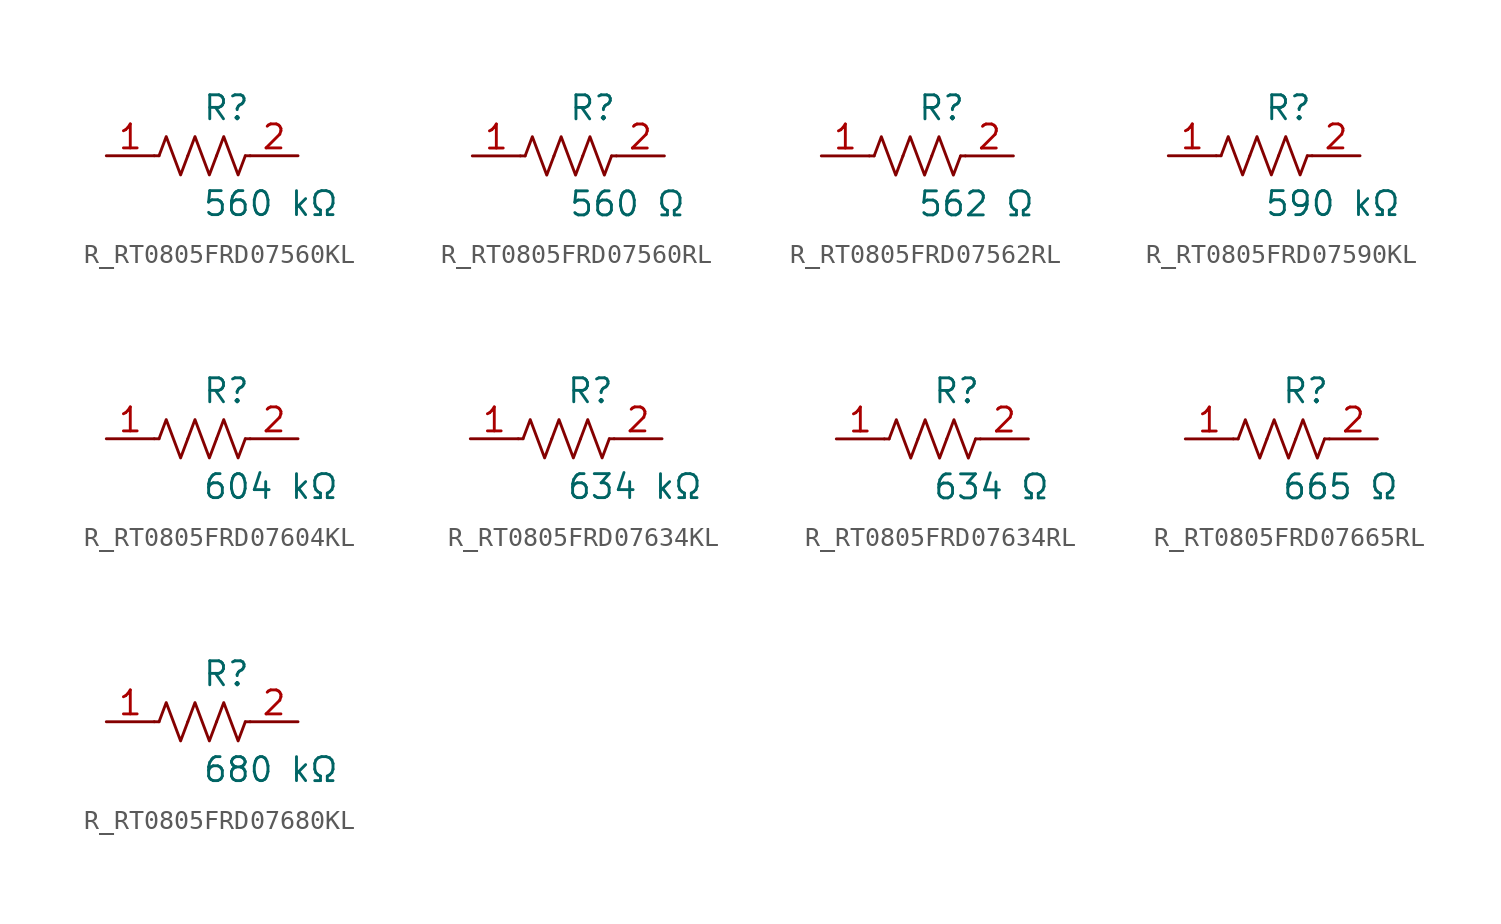
<source format=kicad_sym>
(kicad_symbol_lib
  (version 20231120)
  (generator kicad_symbol_editor)
  (generator_version 8.0)
  (symbol "R_RT0805FRD07560KL"
    (pin_names
      (offset 0.254))
    (property "Reference" "R"
      (at 0 2.54 0)
      (effects (font (size 1.27 1.27)) (justify left)))
    (property "Value" "560 kΩ"
      (at 0 -2.54 0)
      (effects (font (size 1.27 1.27)) (justify left)))
    (symbol "R_RT0805FRD07560KL_0_1"
      (polyline (pts (xy 2.286 0) (xy 2.54 0)) (stroke (width 0) (type default)) (fill (type none)))
      (polyline (pts (xy -2.286 0) (xy -2.54 0)) (stroke (width 0) (type default)) (fill (type none)))
      (polyline (pts (xy 0.762 0) (xy 1.143 1.016) (xy 1.524 0) (xy 1.905 -1.016) (xy 2.286 0)) (stroke (width 0) (type default)) (fill (type none)))
      (polyline (pts (xy -0.762 0) (xy -0.381 1.016) (xy 0 0) (xy 0.381 -1.016) (xy 0.762 0)) (stroke (width 0) (type default)) (fill (type none)))
      (polyline (pts (xy -2.286 0) (xy -1.905 1.016) (xy -1.524 0) (xy -1.143 -1.016) (xy -0.762 0)) (stroke (width 0) (type default)) (fill (type none))))
    (pin unspecified line
      (at -5.08 0 0)
      (length 2.54)
      (name "" (effects (font (size 1.27 1.27))))
      (number "1" (effects (font (size 1.27 1.27)))))
    (pin unspecified line
      (at 5.08 0 180)
      (length 2.54)
      (name "" (effects (font (size 1.27 1.27))))
      (number "2" (effects (font (size 1.27 1.27))))))
  (symbol "R_RT0805FRD07560RL"
    (pin_names
      (offset 0.254))
    (property "Reference" "R"
      (at 0 2.54 0)
      (effects (font (size 1.27 1.27)) (justify left)))
    (property "Value" "560 Ω"
      (at 0 -2.54 0)
      (effects (font (size 1.27 1.27)) (justify left)))
    (symbol "R_RT0805FRD07560RL_0_1"
      (polyline (pts (xy 2.286 0) (xy 2.54 0)) (stroke (width 0) (type default)) (fill (type none)))
      (polyline (pts (xy -2.286 0) (xy -2.54 0)) (stroke (width 0) (type default)) (fill (type none)))
      (polyline (pts (xy 0.762 0) (xy 1.143 1.016) (xy 1.524 0) (xy 1.905 -1.016) (xy 2.286 0)) (stroke (width 0) (type default)) (fill (type none)))
      (polyline (pts (xy -0.762 0) (xy -0.381 1.016) (xy 0 0) (xy 0.381 -1.016) (xy 0.762 0)) (stroke (width 0) (type default)) (fill (type none)))
      (polyline (pts (xy -2.286 0) (xy -1.905 1.016) (xy -1.524 0) (xy -1.143 -1.016) (xy -0.762 0)) (stroke (width 0) (type default)) (fill (type none))))
    (pin unspecified line
      (at -5.08 0 0)
      (length 2.54)
      (name "" (effects (font (size 1.27 1.27))))
      (number "1" (effects (font (size 1.27 1.27)))))
    (pin unspecified line
      (at 5.08 0 180)
      (length 2.54)
      (name "" (effects (font (size 1.27 1.27))))
      (number "2" (effects (font (size 1.27 1.27))))))
  (symbol "R_RT0805FRD07562RL"
    (pin_names
      (offset 0.254))
    (property "Reference" "R"
      (at 0 2.54 0)
      (effects (font (size 1.27 1.27)) (justify left)))
    (property "Value" "562 Ω"
      (at 0 -2.54 0)
      (effects (font (size 1.27 1.27)) (justify left)))
    (symbol "R_RT0805FRD07562RL_0_1"
      (polyline (pts (xy 2.286 0) (xy 2.54 0)) (stroke (width 0) (type default)) (fill (type none)))
      (polyline (pts (xy -2.286 0) (xy -2.54 0)) (stroke (width 0) (type default)) (fill (type none)))
      (polyline (pts (xy 0.762 0) (xy 1.143 1.016) (xy 1.524 0) (xy 1.905 -1.016) (xy 2.286 0)) (stroke (width 0) (type default)) (fill (type none)))
      (polyline (pts (xy -0.762 0) (xy -0.381 1.016) (xy 0 0) (xy 0.381 -1.016) (xy 0.762 0)) (stroke (width 0) (type default)) (fill (type none)))
      (polyline (pts (xy -2.286 0) (xy -1.905 1.016) (xy -1.524 0) (xy -1.143 -1.016) (xy -0.762 0)) (stroke (width 0) (type default)) (fill (type none))))
    (pin unspecified line
      (at -5.08 0 0)
      (length 2.54)
      (name "" (effects (font (size 1.27 1.27))))
      (number "1" (effects (font (size 1.27 1.27)))))
    (pin unspecified line
      (at 5.08 0 180)
      (length 2.54)
      (name "" (effects (font (size 1.27 1.27))))
      (number "2" (effects (font (size 1.27 1.27))))))
  (symbol "R_RT0805FRD07590KL"
    (pin_names
      (offset 0.254))
    (property "Reference" "R"
      (at 0 2.54 0)
      (effects (font (size 1.27 1.27)) (justify left)))
    (property "Value" "590 kΩ"
      (at 0 -2.54 0)
      (effects (font (size 1.27 1.27)) (justify left)))
    (symbol "R_RT0805FRD07590KL_0_1"
      (polyline (pts (xy 2.286 0) (xy 2.54 0)) (stroke (width 0) (type default)) (fill (type none)))
      (polyline (pts (xy -2.286 0) (xy -2.54 0)) (stroke (width 0) (type default)) (fill (type none)))
      (polyline (pts (xy 0.762 0) (xy 1.143 1.016) (xy 1.524 0) (xy 1.905 -1.016) (xy 2.286 0)) (stroke (width 0) (type default)) (fill (type none)))
      (polyline (pts (xy -0.762 0) (xy -0.381 1.016) (xy 0 0) (xy 0.381 -1.016) (xy 0.762 0)) (stroke (width 0) (type default)) (fill (type none)))
      (polyline (pts (xy -2.286 0) (xy -1.905 1.016) (xy -1.524 0) (xy -1.143 -1.016) (xy -0.762 0)) (stroke (width 0) (type default)) (fill (type none))))
    (pin unspecified line
      (at -5.08 0 0)
      (length 2.54)
      (name "" (effects (font (size 1.27 1.27))))
      (number "1" (effects (font (size 1.27 1.27)))))
    (pin unspecified line
      (at 5.08 0 180)
      (length 2.54)
      (name "" (effects (font (size 1.27 1.27))))
      (number "2" (effects (font (size 1.27 1.27))))))
  (symbol "R_RT0805FRD07604KL"
    (pin_names
      (offset 0.254))
    (property "Reference" "R"
      (at 0 2.54 0)
      (effects (font (size 1.27 1.27)) (justify left)))
    (property "Value" "604 kΩ"
      (at 0 -2.54 0)
      (effects (font (size 1.27 1.27)) (justify left)))
    (symbol "R_RT0805FRD07604KL_0_1"
      (polyline (pts (xy 2.286 0) (xy 2.54 0)) (stroke (width 0) (type default)) (fill (type none)))
      (polyline (pts (xy -2.286 0) (xy -2.54 0)) (stroke (width 0) (type default)) (fill (type none)))
      (polyline (pts (xy 0.762 0) (xy 1.143 1.016) (xy 1.524 0) (xy 1.905 -1.016) (xy 2.286 0)) (stroke (width 0) (type default)) (fill (type none)))
      (polyline (pts (xy -0.762 0) (xy -0.381 1.016) (xy 0 0) (xy 0.381 -1.016) (xy 0.762 0)) (stroke (width 0) (type default)) (fill (type none)))
      (polyline (pts (xy -2.286 0) (xy -1.905 1.016) (xy -1.524 0) (xy -1.143 -1.016) (xy -0.762 0)) (stroke (width 0) (type default)) (fill (type none))))
    (pin unspecified line
      (at -5.08 0 0)
      (length 2.54)
      (name "" (effects (font (size 1.27 1.27))))
      (number "1" (effects (font (size 1.27 1.27)))))
    (pin unspecified line
      (at 5.08 0 180)
      (length 2.54)
      (name "" (effects (font (size 1.27 1.27))))
      (number "2" (effects (font (size 1.27 1.27))))))
  (symbol "R_RT0805FRD07634KL"
    (pin_names
      (offset 0.254))
    (property "Reference" "R"
      (at 0 2.54 0)
      (effects (font (size 1.27 1.27)) (justify left)))
    (property "Value" "634 kΩ"
      (at 0 -2.54 0)
      (effects (font (size 1.27 1.27)) (justify left)))
    (symbol "R_RT0805FRD07634KL_0_1"
      (polyline (pts (xy 2.286 0) (xy 2.54 0)) (stroke (width 0) (type default)) (fill (type none)))
      (polyline (pts (xy -2.286 0) (xy -2.54 0)) (stroke (width 0) (type default)) (fill (type none)))
      (polyline (pts (xy 0.762 0) (xy 1.143 1.016) (xy 1.524 0) (xy 1.905 -1.016) (xy 2.286 0)) (stroke (width 0) (type default)) (fill (type none)))
      (polyline (pts (xy -0.762 0) (xy -0.381 1.016) (xy 0 0) (xy 0.381 -1.016) (xy 0.762 0)) (stroke (width 0) (type default)) (fill (type none)))
      (polyline (pts (xy -2.286 0) (xy -1.905 1.016) (xy -1.524 0) (xy -1.143 -1.016) (xy -0.762 0)) (stroke (width 0) (type default)) (fill (type none))))
    (pin unspecified line
      (at -5.08 0 0)
      (length 2.54)
      (name "" (effects (font (size 1.27 1.27))))
      (number "1" (effects (font (size 1.27 1.27)))))
    (pin unspecified line
      (at 5.08 0 180)
      (length 2.54)
      (name "" (effects (font (size 1.27 1.27))))
      (number "2" (effects (font (size 1.27 1.27))))))
  (symbol "R_RT0805FRD07634RL"
    (pin_names
      (offset 0.254))
    (property "Reference" "R"
      (at 0 2.54 0)
      (effects (font (size 1.27 1.27)) (justify left)))
    (property "Value" "634 Ω"
      (at 0 -2.54 0)
      (effects (font (size 1.27 1.27)) (justify left)))
    (symbol "R_RT0805FRD07634RL_0_1"
      (polyline (pts (xy 2.286 0) (xy 2.54 0)) (stroke (width 0) (type default)) (fill (type none)))
      (polyline (pts (xy -2.286 0) (xy -2.54 0)) (stroke (width 0) (type default)) (fill (type none)))
      (polyline (pts (xy 0.762 0) (xy 1.143 1.016) (xy 1.524 0) (xy 1.905 -1.016) (xy 2.286 0)) (stroke (width 0) (type default)) (fill (type none)))
      (polyline (pts (xy -0.762 0) (xy -0.381 1.016) (xy 0 0) (xy 0.381 -1.016) (xy 0.762 0)) (stroke (width 0) (type default)) (fill (type none)))
      (polyline (pts (xy -2.286 0) (xy -1.905 1.016) (xy -1.524 0) (xy -1.143 -1.016) (xy -0.762 0)) (stroke (width 0) (type default)) (fill (type none))))
    (pin unspecified line
      (at -5.08 0 0)
      (length 2.54)
      (name "" (effects (font (size 1.27 1.27))))
      (number "1" (effects (font (size 1.27 1.27)))))
    (pin unspecified line
      (at 5.08 0 180)
      (length 2.54)
      (name "" (effects (font (size 1.27 1.27))))
      (number "2" (effects (font (size 1.27 1.27))))))
  (symbol "R_RT0805FRD07665RL"
    (pin_names
      (offset 0.254))
    (property "Reference" "R"
      (at 0 2.54 0)
      (effects (font (size 1.27 1.27)) (justify left)))
    (property "Value" "665 Ω"
      (at 0 -2.54 0)
      (effects (font (size 1.27 1.27)) (justify left)))
    (symbol "R_RT0805FRD07665RL_0_1"
      (polyline (pts (xy 2.286 0) (xy 2.54 0)) (stroke (width 0) (type default)) (fill (type none)))
      (polyline (pts (xy -2.286 0) (xy -2.54 0)) (stroke (width 0) (type default)) (fill (type none)))
      (polyline (pts (xy 0.762 0) (xy 1.143 1.016) (xy 1.524 0) (xy 1.905 -1.016) (xy 2.286 0)) (stroke (width 0) (type default)) (fill (type none)))
      (polyline (pts (xy -0.762 0) (xy -0.381 1.016) (xy 0 0) (xy 0.381 -1.016) (xy 0.762 0)) (stroke (width 0) (type default)) (fill (type none)))
      (polyline (pts (xy -2.286 0) (xy -1.905 1.016) (xy -1.524 0) (xy -1.143 -1.016) (xy -0.762 0)) (stroke (width 0) (type default)) (fill (type none))))
    (pin unspecified line
      (at -5.08 0 0)
      (length 2.54)
      (name "" (effects (font (size 1.27 1.27))))
      (number "1" (effects (font (size 1.27 1.27)))))
    (pin unspecified line
      (at 5.08 0 180)
      (length 2.54)
      (name "" (effects (font (size 1.27 1.27))))
      (number "2" (effects (font (size 1.27 1.27))))))
  (symbol "R_RT0805FRD07680KL"
    (pin_names
      (offset 0.254))
    (property "Reference" "R"
      (at 0 2.54 0)
      (effects (font (size 1.27 1.27)) (justify left)))
    (property "Value" "680 kΩ"
      (at 0 -2.54 0)
      (effects (font (size 1.27 1.27)) (justify left)))
    (symbol "R_RT0805FRD07680KL_0_1"
      (polyline (pts (xy 2.286 0) (xy 2.54 0)) (stroke (width 0) (type default)) (fill (type none)))
      (polyline (pts (xy -2.286 0) (xy -2.54 0)) (stroke (width 0) (type default)) (fill (type none)))
      (polyline (pts (xy 0.762 0) (xy 1.143 1.016) (xy 1.524 0) (xy 1.905 -1.016) (xy 2.286 0)) (stroke (width 0) (type default)) (fill (type none)))
      (polyline (pts (xy -0.762 0) (xy -0.381 1.016) (xy 0 0) (xy 0.381 -1.016) (xy 0.762 0)) (stroke (width 0) (type default)) (fill (type none)))
      (polyline (pts (xy -2.286 0) (xy -1.905 1.016) (xy -1.524 0) (xy -1.143 -1.016) (xy -0.762 0)) (stroke (width 0) (type default)) (fill (type none))))
    (pin unspecified line
      (at -5.08 0 0)
      (length 2.54)
      (name "" (effects (font (size 1.27 1.27))))
      (number "1" (effects (font (size 1.27 1.27)))))
    (pin unspecified line
      (at 5.08 0 180)
      (length 2.54)
      (name "" (effects (font (size 1.27 1.27))))
      (number "2" (effects (font (size 1.27 1.27)))))))
</source>
